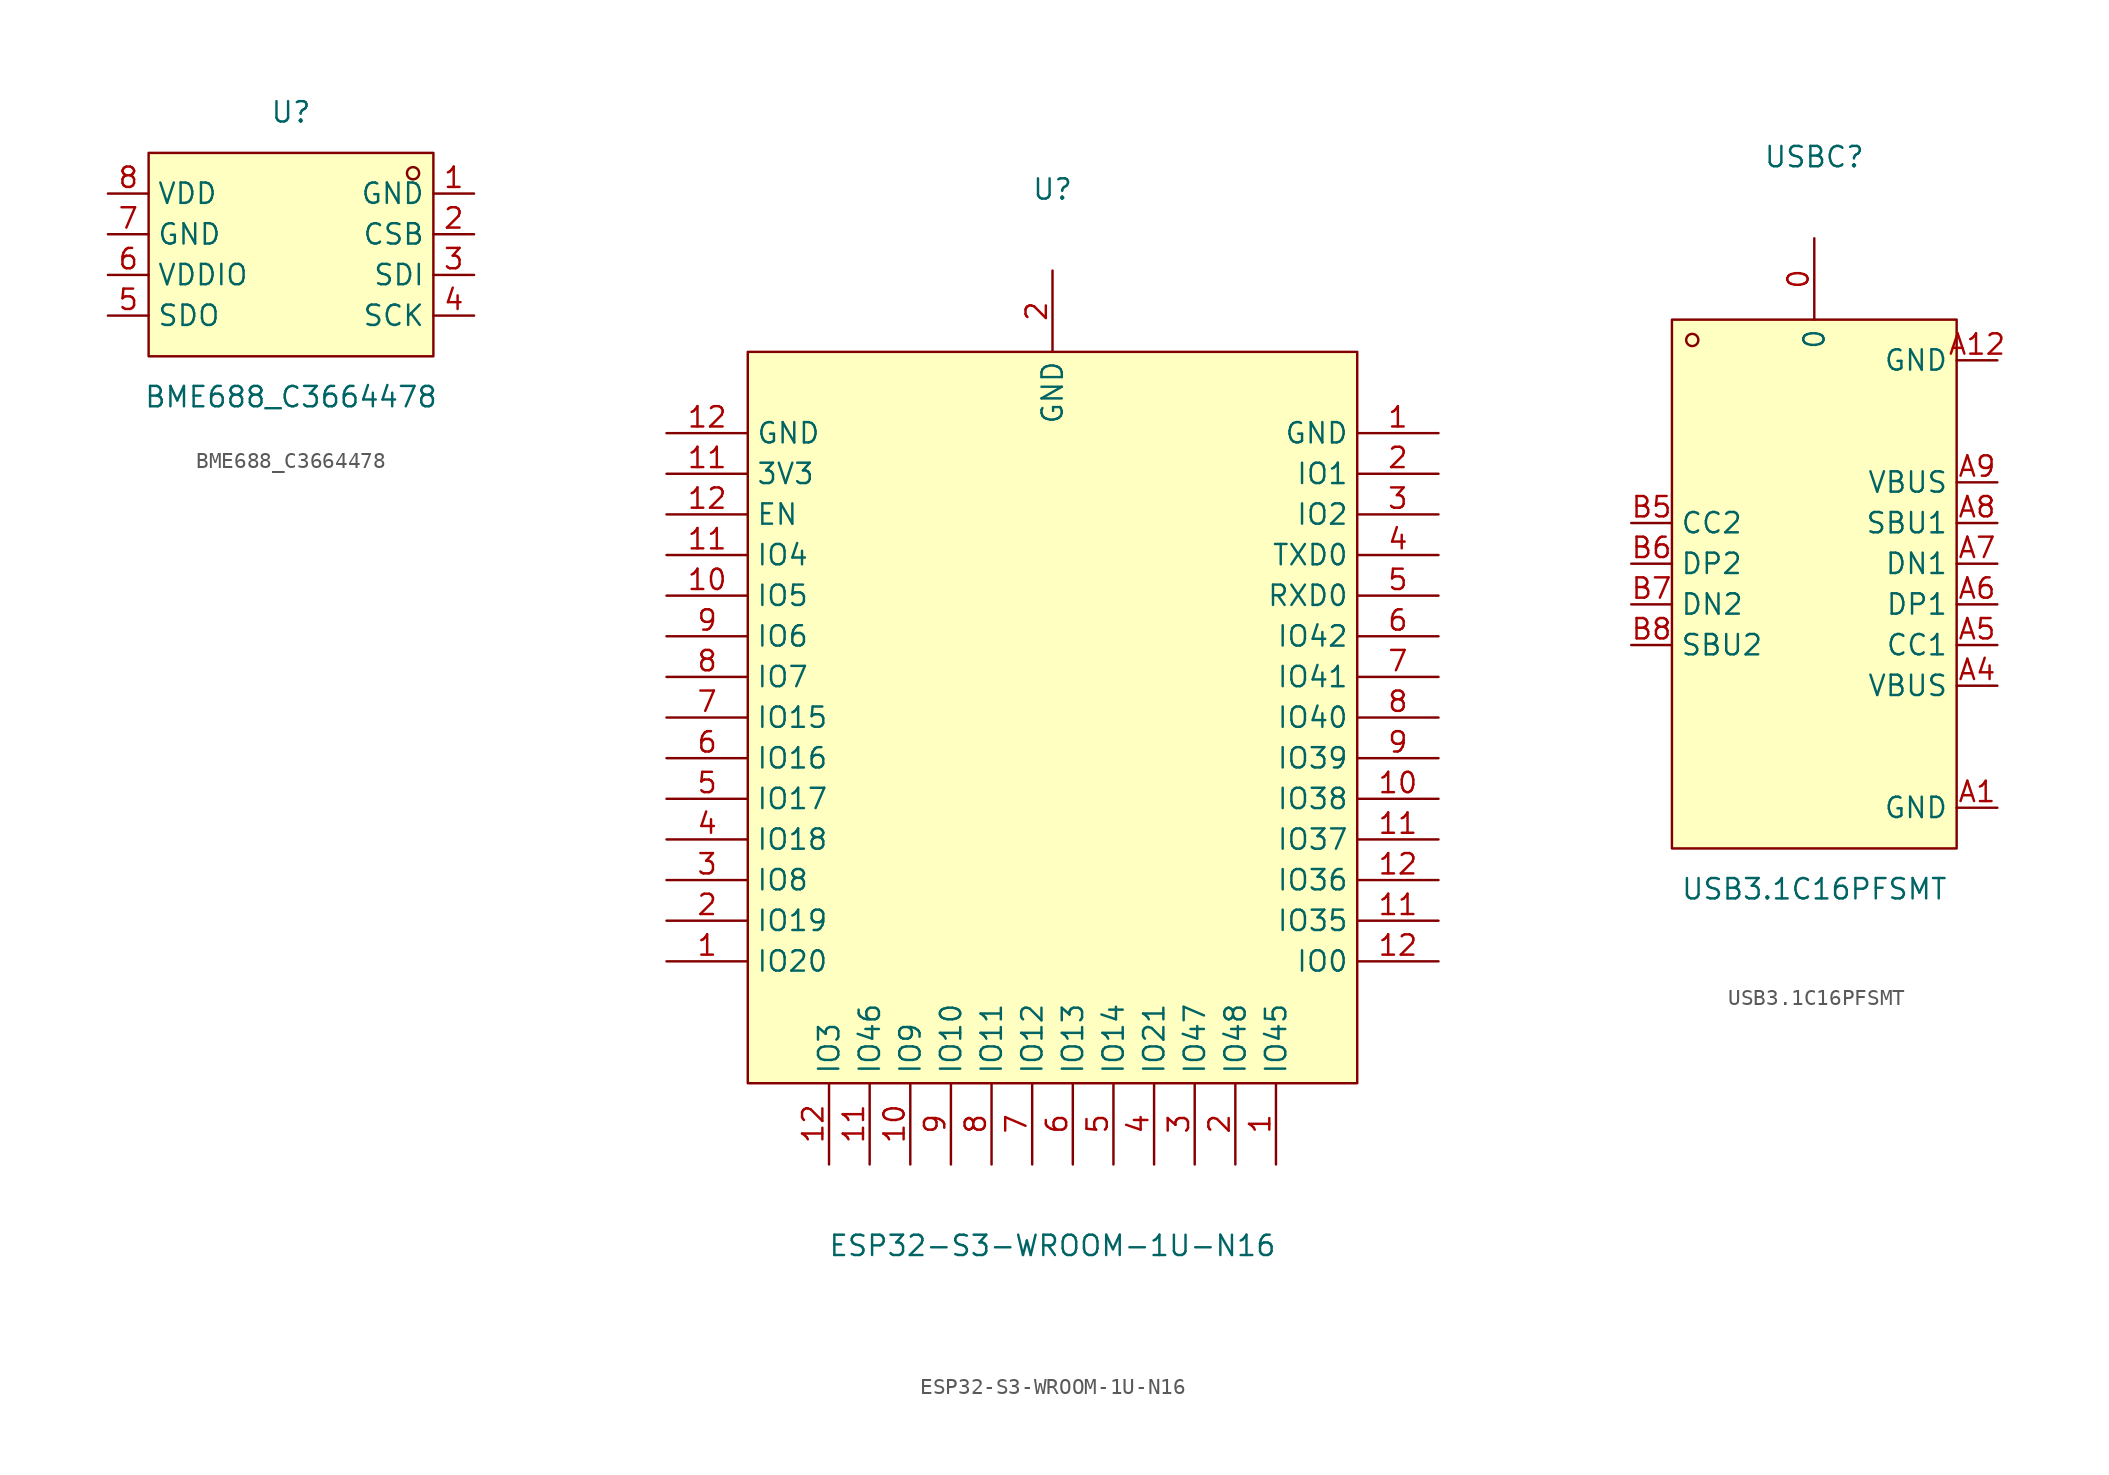
<source format=kicad_sym>
(kicad_symbol_lib
  (version 20211014)
  (generator https://github.com/uPesy/easyeda2kicad.py)
  (symbol "BME688_C3664478"
    (property "Reference" "U"
      (at 0 8.89 0)
      (effects (font (size 1.27 1.27))))
    (property "Value" "BME688_C3664478"
      (at 0 -8.89 0)
      (effects (font (size 1.27 1.27))))
    (symbol "BME688_C3664478_0_1"
      (rectangle (start -8.89 6.35) (end 8.89 -6.35) (stroke (width 0) (type default) (color 0 0 0 0)) (fill (type background)))
      (circle (center 7.62 5.08) (radius 0.38) (stroke (width 0) (type default) (color 0 0 0 0)) (fill (type none)))
      (pin unspecified line (at 11.43 3.81 180) (length 2.54) (name "GND" (effects (font (size 1.27 1.27)))) (number "1" (effects (font (size 1.27 1.27)))))
      (pin unspecified line (at 11.43 1.27 180) (length 2.54) (name "CSB" (effects (font (size 1.27 1.27)))) (number "2" (effects (font (size 1.27 1.27)))))
      (pin unspecified line (at 11.43 -1.27 180) (length 2.54) (name "SDI" (effects (font (size 1.27 1.27)))) (number "3" (effects (font (size 1.27 1.27)))))
      (pin unspecified line (at 11.43 -3.81 180) (length 2.54) (name "SCK" (effects (font (size 1.27 1.27)))) (number "4" (effects (font (size 1.27 1.27)))))
      (pin unspecified line (at -11.43 -3.81 0) (length 2.54) (name "SDO" (effects (font (size 1.27 1.27)))) (number "5" (effects (font (size 1.27 1.27)))))
      (pin unspecified line (at -11.43 -1.27 0) (length 2.54) (name "VDDIO" (effects (font (size 1.27 1.27)))) (number "6" (effects (font (size 1.27 1.27)))))
      (pin unspecified line (at -11.43 1.27 0) (length 2.54) (name "GND" (effects (font (size 1.27 1.27)))) (number "7" (effects (font (size 1.27 1.27)))))
      (pin unspecified line (at -11.43 3.81 0) (length 2.54) (name "VDD" (effects (font (size 1.27 1.27)))) (number "8" (effects (font (size 1.27 1.27)))))))
  (symbol "ESP32-S3-WROOM-1U-N16"
    (property "Reference" "U"
      (at 0 33.02 0)
      (effects (font (size 1.27 1.27))))
    (property "Value" "ESP32-S3-WROOM-1U-N16"
      (at 0 -33.02 0)
      (effects (font (size 1.27 1.27))))
    (symbol "ESP32-S3-WROOM-1U-N16_0_1"
      (rectangle (start -19.05 22.86) (end 19.05 -22.86) (stroke (width 0) (type default) (color 0 0 0 0)) (fill (type background)))
      (pin power_in line (at 24.13 17.78 180) (length 5.08) (name "GND" (effects (font (size 1.27 1.27)))) (number "1" (effects (font (size 1.27 1.27)))))
      (pin unspecified line (at 24.13 15.24 180) (length 5.08) (name "IO1" (effects (font (size 1.27 1.27)))) (number "2" (effects (font (size 1.27 1.27)))))
      (pin unspecified line (at 24.13 12.70 180) (length 5.08) (name "IO2" (effects (font (size 1.27 1.27)))) (number "3" (effects (font (size 1.27 1.27)))))
      (pin unspecified line (at 24.13 10.16 180) (length 5.08) (name "TXD0" (effects (font (size 1.27 1.27)))) (number "4" (effects (font (size 1.27 1.27)))))
      (pin unspecified line (at 24.13 7.62 180) (length 5.08) (name "RXD0" (effects (font (size 1.27 1.27)))) (number "5" (effects (font (size 1.27 1.27)))))
      (pin unspecified line (at 24.13 5.08 180) (length 5.08) (name "IO42" (effects (font (size 1.27 1.27)))) (number "6" (effects (font (size 1.27 1.27)))))
      (pin unspecified line (at 24.13 2.54 180) (length 5.08) (name "IO41" (effects (font (size 1.27 1.27)))) (number "7" (effects (font (size 1.27 1.27)))))
      (pin unspecified line (at 24.13 -0.00 180) (length 5.08) (name "IO40" (effects (font (size 1.27 1.27)))) (number "8" (effects (font (size 1.27 1.27)))))
      (pin unspecified line (at 24.13 -2.54 180) (length 5.08) (name "IO39" (effects (font (size 1.27 1.27)))) (number "9" (effects (font (size 1.27 1.27)))))
      (pin unspecified line (at 24.13 -5.08 180) (length 5.08) (name "IO38" (effects (font (size 1.27 1.27)))) (number "10" (effects (font (size 1.27 1.27)))))
      (pin unspecified line (at 24.13 -7.62 180) (length 5.08) (name "IO37" (effects (font (size 1.27 1.27)))) (number "11" (effects (font (size 1.27 1.27)))))
      (pin unspecified line (at 24.13 -10.16 180) (length 5.08) (name "IO36" (effects (font (size 1.27 1.27)))) (number "12" (effects (font (size 1.27 1.27)))))
      (pin unspecified line (at 24.13 -12.70 180) (length 5.08) (name "IO35" (effects (font (size 1.27 1.27)))) (number "11" (effects (font (size 1.27 1.27)))))
      (pin unspecified line (at 24.13 -15.24 180) (length 5.08) (name "IO0" (effects (font (size 1.27 1.27)))) (number "12" (effects (font (size 1.27 1.27)))))
      (pin unspecified line (at -13.97 -27.94 90) (length 5.08) (name "IO3" (effects (font (size 1.27 1.27)))) (number "12" (effects (font (size 1.27 1.27)))))
      (pin unspecified line (at -11.43 -27.94 90) (length 5.08) (name "IO46" (effects (font (size 1.27 1.27)))) (number "11" (effects (font (size 1.27 1.27)))))
      (pin unspecified line (at -8.89 -27.94 90) (length 5.08) (name "IO9" (effects (font (size 1.27 1.27)))) (number "10" (effects (font (size 1.27 1.27)))))
      (pin unspecified line (at -6.35 -27.94 90) (length 5.08) (name "IO10" (effects (font (size 1.27 1.27)))) (number "9" (effects (font (size 1.27 1.27)))))
      (pin unspecified line (at -3.81 -27.94 90) (length 5.08) (name "IO11" (effects (font (size 1.27 1.27)))) (number "8" (effects (font (size 1.27 1.27)))))
      (pin unspecified line (at -1.27 -27.94 90) (length 5.08) (name "IO12" (effects (font (size 1.27 1.27)))) (number "7" (effects (font (size 1.27 1.27)))))
      (pin unspecified line (at 1.27 -27.94 90) (length 5.08) (name "IO13" (effects (font (size 1.27 1.27)))) (number "6" (effects (font (size 1.27 1.27)))))
      (pin unspecified line (at 3.81 -27.94 90) (length 5.08) (name "IO14" (effects (font (size 1.27 1.27)))) (number "5" (effects (font (size 1.27 1.27)))))
      (pin unspecified line (at 6.35 -27.94 90) (length 5.08) (name "IO21" (effects (font (size 1.27 1.27)))) (number "4" (effects (font (size 1.27 1.27)))))
      (pin unspecified line (at 8.89 -27.94 90) (length 5.08) (name "IO47" (effects (font (size 1.27 1.27)))) (number "3" (effects (font (size 1.27 1.27)))))
      (pin unspecified line (at 11.43 -27.94 90) (length 5.08) (name "IO48" (effects (font (size 1.27 1.27)))) (number "2" (effects (font (size 1.27 1.27)))))
      (pin unspecified line (at 13.97 -27.94 90) (length 5.08) (name "IO45" (effects (font (size 1.27 1.27)))) (number "1" (effects (font (size 1.27 1.27)))))
      (pin power_in line (at -24.13 17.78 0) (length 5.08) (name "GND" (effects (font (size 1.27 1.27)))) (number "12" (effects (font (size 1.27 1.27)))))
      (pin power_in line (at -24.13 15.24 0) (length 5.08) (name "3V3" (effects (font (size 1.27 1.27)))) (number "11" (effects (font (size 1.27 1.27)))))
      (pin unspecified line (at -24.13 12.70 0) (length 5.08) (name "EN" (effects (font (size 1.27 1.27)))) (number "12" (effects (font (size 1.27 1.27)))))
      (pin unspecified line (at -24.13 10.16 0) (length 5.08) (name "IO4" (effects (font (size 1.27 1.27)))) (number "11" (effects (font (size 1.27 1.27)))))
      (pin unspecified line (at -24.13 7.62 0) (length 5.08) (name "IO5" (effects (font (size 1.27 1.27)))) (number "10" (effects (font (size 1.27 1.27)))))
      (pin unspecified line (at -24.13 5.08 0) (length 5.08) (name "IO6" (effects (font (size 1.27 1.27)))) (number "9" (effects (font (size 1.27 1.27)))))
      (pin unspecified line (at -24.13 2.54 0) (length 5.08) (name "IO7" (effects (font (size 1.27 1.27)))) (number "8" (effects (font (size 1.27 1.27)))))
      (pin unspecified line (at -24.13 -0.00 0) (length 5.08) (name "IO15" (effects (font (size 1.27 1.27)))) (number "7" (effects (font (size 1.27 1.27)))))
      (pin unspecified line (at -24.13 -2.54 0) (length 5.08) (name "IO16" (effects (font (size 1.27 1.27)))) (number "6" (effects (font (size 1.27 1.27)))))
      (pin unspecified line (at -24.13 -5.08 0) (length 5.08) (name "IO17" (effects (font (size 1.27 1.27)))) (number "5" (effects (font (size 1.27 1.27)))))
      (pin unspecified line (at -24.13 -7.62 0) (length 5.08) (name "IO18" (effects (font (size 1.27 1.27)))) (number "4" (effects (font (size 1.27 1.27)))))
      (pin unspecified line (at -24.13 -10.16 0) (length 5.08) (name "IO8" (effects (font (size 1.27 1.27)))) (number "3" (effects (font (size 1.27 1.27)))))
      (pin unspecified line (at -24.13 -12.70 0) (length 5.08) (name "IO19" (effects (font (size 1.27 1.27)))) (number "2" (effects (font (size 1.27 1.27)))))
      (pin unspecified line (at -24.13 -15.24 0) (length 5.08) (name "IO20" (effects (font (size 1.27 1.27)))) (number "1" (effects (font (size 1.27 1.27)))))
      (pin power_in line (at 0.00 27.94 270) (length 5.08) (name "GND" (effects (font (size 1.27 1.27)))) (number "2" (effects (font (size 1.27 1.27)))))))
  (symbol "USB3.1C16PFSMT"
    (property "Reference" "USBC"
      (at 0 26.67 0)
      (effects (font (size 1.27 1.27))))
    (property "Value" "USB3.1C16PFSMT"
      (at 0 -19.05 0)
      (effects (font (size 1.27 1.27))))
    (symbol "USB3.1C16PFSMT_0_1"
      (rectangle (start -8.89 16.51) (end 8.89 -16.51) (stroke (width 0) (type default) (color 0 0 0 0)) (fill (type background)))
      (circle (center -7.62 15.24) (radius 0.38) (stroke (width 0) (type default) (color 0 0 0 0)) (fill (type none)))
      (pin unspecified line (at -11.43 3.81 0) (length 2.54) (name "CC2" (effects (font (size 1.27 1.27)))) (number "B5" (effects (font (size 1.27 1.27)))))
      (pin unspecified line (at -11.43 1.27 0) (length 2.54) (name "DP2" (effects (font (size 1.27 1.27)))) (number "B6" (effects (font (size 1.27 1.27)))))
      (pin unspecified line (at -11.43 -1.27 0) (length 2.54) (name "DN2" (effects (font (size 1.27 1.27)))) (number "B7" (effects (font (size 1.27 1.27)))))
      (pin unspecified line (at -11.43 -3.81 0) (length 2.54) (name "SBU2" (effects (font (size 1.27 1.27)))) (number "B8" (effects (font (size 1.27 1.27)))))
      (pin unspecified line (at 0.00 21.59 270) (length 5.08) (name "0" (effects (font (size 1.27 1.27)))) (number "0" (effects (font (size 1.27 1.27)))))
      (pin unspecified line (at 11.43 -13.97 180) (length 2.54) (name "GND" (effects (font (size 1.27 1.27)))) (number "A1" (effects (font (size 1.27 1.27)))))
      (pin unspecified line (at 11.43 -6.35 180) (length 2.54) (name "VBUS" (effects (font (size 1.27 1.27)))) (number "A4" (effects (font (size 1.27 1.27)))))
      (pin unspecified line (at 11.43 -3.81 180) (length 2.54) (name "CC1" (effects (font (size 1.27 1.27)))) (number "A5" (effects (font (size 1.27 1.27)))))
      (pin unspecified line (at 11.43 -1.27 180) (length 2.54) (name "DP1" (effects (font (size 1.27 1.27)))) (number "A6" (effects (font (size 1.27 1.27)))))
      (pin unspecified line (at 11.43 1.27 180) (length 2.54) (name "DN1" (effects (font (size 1.27 1.27)))) (number "A7" (effects (font (size 1.27 1.27)))))
      (pin unspecified line (at 11.43 3.81 180) (length 2.54) (name "SBU1" (effects (font (size 1.27 1.27)))) (number "A8" (effects (font (size 1.27 1.27)))))
      (pin unspecified line (at 11.43 6.35 180) (length 2.54) (name "VBUS" (effects (font (size 1.27 1.27)))) (number "A9" (effects (font (size 1.27 1.27)))))
      (pin unspecified line (at 11.43 13.97 180) (length 2.54) (name "GND" (effects (font (size 1.27 1.27)))) (number "A12" (effects (font (size 1.27 1.27))))))))
</source>
